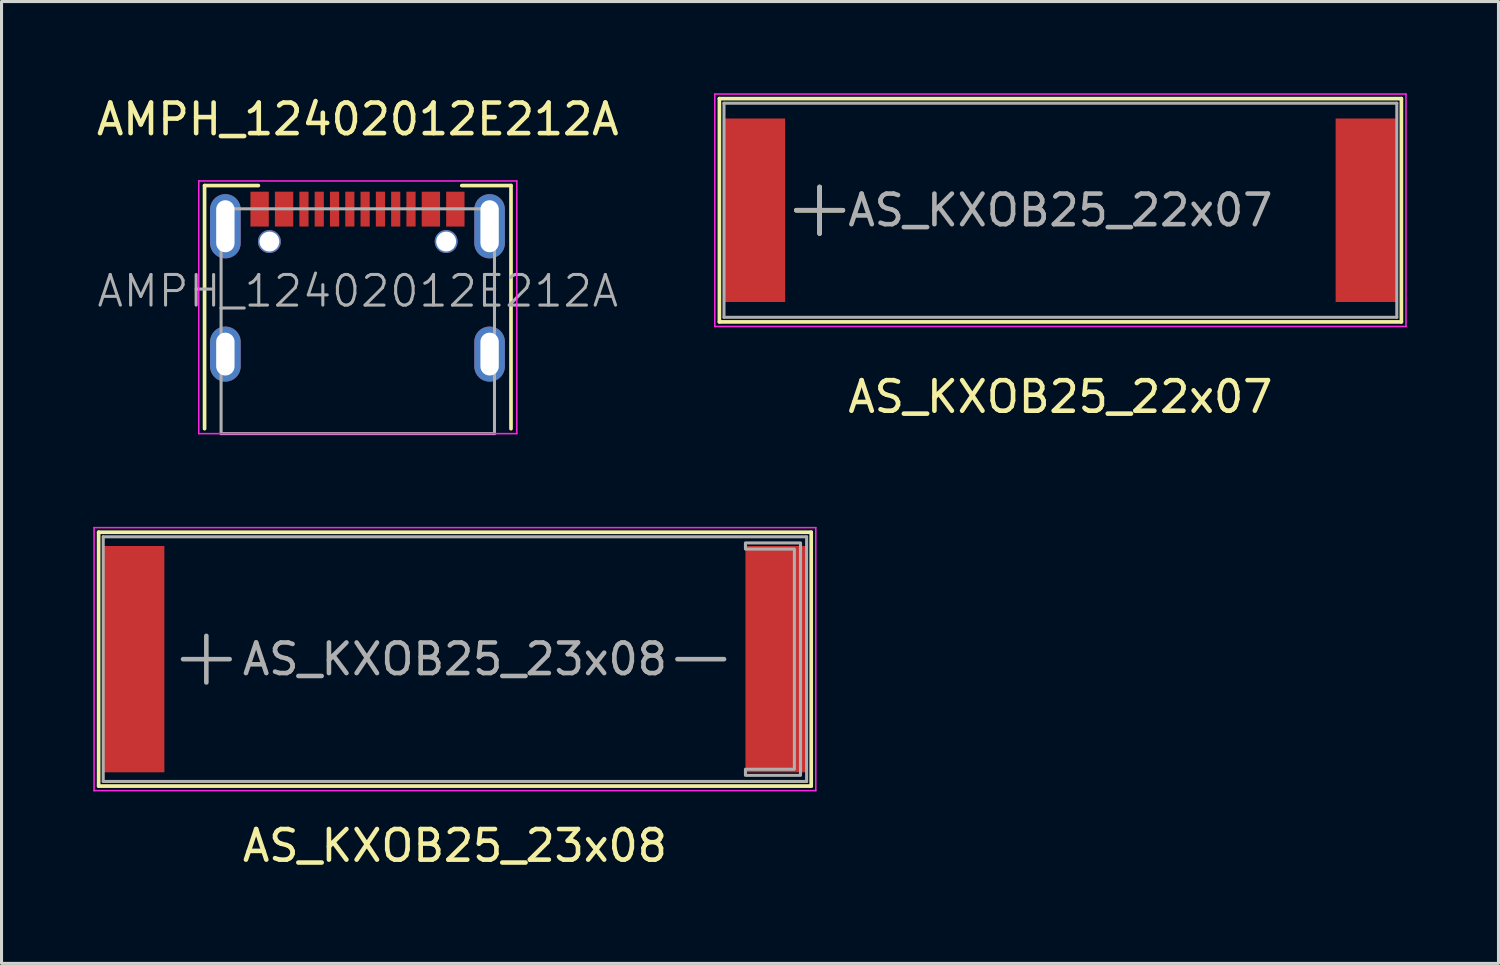
<source format=kicad_pcb>
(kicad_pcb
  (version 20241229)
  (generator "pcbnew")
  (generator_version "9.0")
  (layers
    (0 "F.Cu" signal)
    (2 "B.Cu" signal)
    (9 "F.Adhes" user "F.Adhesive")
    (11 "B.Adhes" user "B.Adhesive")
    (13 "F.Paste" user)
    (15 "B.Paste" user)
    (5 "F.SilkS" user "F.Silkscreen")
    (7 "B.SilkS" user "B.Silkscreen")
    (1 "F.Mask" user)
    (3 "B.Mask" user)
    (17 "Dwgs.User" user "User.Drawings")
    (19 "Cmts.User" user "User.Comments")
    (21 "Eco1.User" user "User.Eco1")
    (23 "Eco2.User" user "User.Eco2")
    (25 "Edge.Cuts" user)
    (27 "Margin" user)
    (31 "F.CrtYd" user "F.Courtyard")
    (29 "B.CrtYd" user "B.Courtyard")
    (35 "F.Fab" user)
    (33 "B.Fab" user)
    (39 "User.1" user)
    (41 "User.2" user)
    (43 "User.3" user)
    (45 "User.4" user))
  (footprint "AMPH_12402012E212A"
    (layer "F.Cu")
    (at 8.679 7.458)
    (property "Reference" "AMPH_12402012E212A" (at -0.03 -6.61 0) (layer "F.SilkS") (effects (font (size 1 1) (thickness 0.15))))
    (attr smd)
    (fp_line (start -5.04 -4.44) (end -5.04 3.51) (stroke (width 0.12) (type solid)) (layer "F.SilkS"))
    (fp_line (start -5.04 -4.44) (end -3.28 -4.44) (stroke (width 0.12) (type solid)) (layer "F.SilkS"))
    (fp_line (start 3.37 -4.44) (end 4.98 -4.44) (stroke (width 0.12) (type solid)) (layer "F.SilkS"))
    (fp_line (start 4.98 -4.44) (end 4.98 3.51) (stroke (width 0.12) (type solid)) (layer "F.SilkS"))
    (fp_line (start -5.23 -4.59) (end 5.17 -4.59) (stroke (width 0.05) (type solid)) (layer "F.CrtYd"))
    (fp_line (start -5.23 3.67) (end -5.23 -4.59) (stroke (width 0.05) (type solid)) (layer "F.CrtYd"))
    (fp_line (start 5.17 -4.59) (end 5.17 3.67) (stroke (width 0.05) (type solid)) (layer "F.CrtYd"))
    (fp_line (start 5.17 3.67) (end -5.23 3.67) (stroke (width 0.05) (type solid)) (layer "F.CrtYd"))
    (fp_line (start -4.5 -3.68) (end 4.44 -3.68) (stroke (width 0.1) (type solid)) (layer "F.Fab"))
    (fp_line (start -4.5 3.67) (end -4.5 -3.68) (stroke (width 0.1) (type solid)) (layer "F.Fab"))
    (fp_line (start -4.5 3.67) (end 4.44 3.67) (stroke (width 0.1) (type solid)) (layer "F.Fab"))
    (fp_line (start 4.44 3.67) (end 4.44 -3.68) (stroke (width 0.1) (type solid)) (layer "F.Fab"))
    (fp_text user "${REFERENCE}" (at -0.03 -0.99 0) (layer "F.Fab") (effects (font (size 1 1) (thickness 0.1))))
    (pad "" np_thru_hole circle (at -2.92 -2.61) (size 0.75 0.75) (drill 0.65) (layers "*.Cu" "*.Mask"))
    (pad "" np_thru_hole circle (at 2.86 -2.61) (size 0.75 0.75) (drill 0.65) (layers "*.Cu" "*.Mask"))
    (pad "A1/B12" smd rect (at -3.24 -3.67) (size 0.6 1.14) (layers "F.Cu" "F.Mask" "F.Paste"))
    (pad "A4/B9" smd rect (at -2.44 -3.67) (size 0.6 1.14) (layers "F.Cu" "F.Mask" "F.Paste"))
    (pad "A5" smd rect (at -1.29 -3.67) (size 0.3 1.14) (layers "F.Cu" "F.Mask" "F.Paste"))
    (pad "A6" smd rect (at -0.29 -3.67) (size 0.3 1.14) (layers "F.Cu" "F.Mask" "F.Paste"))
    (pad "A7" smd rect (at 0.21 -3.67) (size 0.3 1.14) (layers "F.Cu" "F.Mask" "F.Paste"))
    (pad "A8" smd rect (at 1.21 -3.67) (size 0.3 1.14) (layers "F.Cu" "F.Mask" "F.Paste"))
    (pad "B1/A12" smd rect (at 3.16 -3.67) (size 0.6 1.14) (layers "F.Cu" "F.Mask" "F.Paste"))
    (pad "B4/A9" smd rect (at 2.36 -3.67) (size 0.6 1.14) (layers "F.Cu" "F.Mask" "F.Paste"))
    (pad "B5" smd rect (at 1.71 -3.67) (size 0.3 1.14) (layers "F.Cu" "F.Mask" "F.Paste"))
    (pad "B6" smd rect (at 0.71 -3.67) (size 0.3 1.14) (layers "F.Cu" "F.Mask" "F.Paste"))
    (pad "B7" smd rect (at -0.79 -3.67) (size 0.3 1.14) (layers "F.Cu" "F.Mask" "F.Paste"))
    (pad "B8" smd rect (at -1.79 -3.67) (size 0.3 1.14) (layers "F.Cu" "F.Mask" "F.Paste"))
    (pad "S1" thru_hole oval (at -4.36 -3.11) (size 1 2.1) (drill oval 0.6 1.7) (layers "*.Cu" "*.Mask"))
    (pad "S1" thru_hole oval (at -4.36 1.07) (size 1 1.8) (drill oval 0.6 1.4) (layers "*.Cu" "*.Mask"))
    (pad "S1" thru_hole oval (at 4.28 -3.11) (size 1 2.1) (drill oval 0.6 1.7) (layers "*.Cu" "*.Mask"))
    (pad "S1" thru_hole oval (at 4.28 1.07) (size 1 1.8) (drill oval 0.6 1.4) (layers "*.Cu" "*.Mask")))
  (footprint "AS_KXOB25_23x08"
    (layer "F.Cu")
    (at 11.825 18.503)
    (property "Reference" "AS_KXOB25_23x08" (at 0 6.1 0) (unlocked yes) (layer "F.SilkS") (effects (font (size 1 1) (thickness 0.15))))
    (attr smd)
    (fp_line (start -11.65 -4.15) (end -11.65 4.15) (stroke (width 0.12) (type solid)) (layer "F.SilkS"))
    (fp_line (start -11.65 4.15) (end 11.65 4.15) (stroke (width 0.12) (type solid)) (layer "F.SilkS"))
    (fp_line (start 11.65 -4.15) (end -11.65 -4.15) (stroke (width 0.12) (type solid)) (layer "F.SilkS"))
    (fp_line (start 11.65 4.15) (end 11.65 -4.15) (stroke (width 0.12) (type solid)) (layer "F.SilkS"))
    (fp_poly (pts (xy -9.8 -0.6) (xy -11.2 -0.6) (xy -11.2 -3.1) (xy -9.8 -3.1)) (stroke (width 0.12) (type solid)) (fill yes) (layer "F.Paste"))
    (fp_poly (pts (xy -9.8 3.1) (xy -11.2 3.1) (xy -11.2 0.6) (xy -9.8 0.6)) (stroke (width 0.12) (type solid)) (fill yes) (layer "F.Paste"))
    (fp_poly (pts (xy 11.2 -0.6) (xy 9.8 -0.6) (xy 9.8 -3.1) (xy 11.2 -3.1)) (stroke (width 0.12) (type solid)) (fill yes) (layer "F.Paste"))
    (fp_poly (pts (xy 11.2 3.1) (xy 9.8 3.1) (xy 9.8 0.6) (xy 11.2 0.6)) (stroke (width 0.12) (type solid)) (fill yes) (layer "F.Paste"))
    (fp_line (start -11.8 -4.3) (end 11.8 -4.3) (stroke (width 0.05) (type solid)) (layer "F.CrtYd"))
    (fp_line (start -11.8 4.3) (end -11.8 -4.3) (stroke (width 0.05) (type solid)) (layer "F.CrtYd"))
    (fp_line (start 11.8 -4.3) (end 11.8 4.3) (stroke (width 0.05) (type solid)) (layer "F.CrtYd"))
    (fp_line (start 11.8 4.3) (end -11.8 4.3) (stroke (width 0.05) (type solid)) (layer "F.CrtYd"))
    (fp_line (start -11.5 -4) (end 11.5 -4) (stroke (width 0.1) (type solid)) (layer "F.Fab"))
    (fp_line (start -11.5 4) (end -11.5 -4) (stroke (width 0.1) (type solid)) (layer "F.Fab"))
    (fp_line (start -8.89 0) (end -7.366 0) (stroke (width 0.15) (type solid)) (layer "F.Fab"))
    (fp_line (start -8.128 -0.762) (end -8.128 0.762) (stroke (width 0.15) (type solid)) (layer "F.Fab"))
    (fp_line (start 7.276 0) (end 8.8 0) (stroke (width 0.15) (type solid)) (layer "F.Fab"))
    (fp_line (start 11.5 -4) (end 11.5 4) (stroke (width 0.1) (type solid)) (layer "F.Fab"))
    (fp_line (start 11.5 4) (end -11.5 4) (stroke (width 0.1) (type solid)) (layer "F.Fab"))
    (fp_poly (pts (xy 11.3 3.8) (xy 9.5 3.8) (xy 9.5 3.6) (xy 11.1 3.6) (xy 11.1 -3.6) (xy 9.5 -3.6) (xy 9.5 -3.8) (xy 11.3 -3.8)) (stroke (width 0.1) (type solid)) (fill no) (layer "F.Fab"))
    (fp_text user "${REFERENCE}" (at 0 0 0) (unlocked yes) (layer "F.Fab") (effects (font (size 1 1) (thickness 0.15))))
    (pad "1" smd rect (at -10.5 0 90) (size 7.4 2) (layers "F.Cu" "F.Mask"))
    (pad "2" smd rect (at 10.5 0 90) (size 7.4 2) (layers "F.Cu" "F.Mask")))
  (footprint "AS_KXOB25_22x07"
    (layer "F.Cu")
    (at 31.623 3.825)
    (property "Reference" "AS_KXOB25_22x07" (at 0 6.1 0) (unlocked yes) (layer "F.SilkS") (effects (font (size 1 1) (thickness 0.15))))
    (attr smd)
    (fp_line (start -11.15 -3.65) (end -11.15 3.65) (stroke (width 0.12) (type solid)) (layer "F.SilkS"))
    (fp_line (start -11.15 3.65) (end 11.15 3.65) (stroke (width 0.12) (type solid)) (layer "F.SilkS"))
    (fp_line (start -8.636 0) (end -7.112 0) (stroke (width 0.15) (type solid)) (layer "F.SilkS"))
    (fp_line (start -7.874 -0.762) (end -7.874 0.762) (stroke (width 0.15) (type solid)) (layer "F.SilkS"))
    (fp_line (start 11.15 -3.65) (end -11.15 -3.65) (stroke (width 0.12) (type solid)) (layer "F.SilkS"))
    (fp_line (start 11.15 3.65) (end 11.15 -3.65) (stroke (width 0.12) (type solid)) (layer "F.SilkS"))
    (fp_poly (pts (xy -9.3 -0.5) (xy -10.7 -0.5) (xy -10.7 -2.6) (xy -9.3 -2.6)) (stroke (width 0.12) (type solid)) (fill yes) (layer "F.Paste"))
    (fp_poly (pts (xy -9.3 2.5) (xy -10.7 2.5) (xy -10.7 0.4) (xy -9.3 0.4)) (stroke (width 0.12) (type solid)) (fill yes) (layer "F.Paste"))
    (fp_poly (pts (xy 10.7 -0.5) (xy 9.3 -0.5) (xy 9.3 -2.6) (xy 10.7 -2.6)) (stroke (width 0.12) (type solid)) (fill yes) (layer "F.Paste"))
    (fp_poly (pts (xy 10.7 2.5) (xy 9.3 2.5) (xy 9.3 0.4) (xy 10.7 0.4)) (stroke (width 0.12) (type solid)) (fill yes) (layer "F.Paste"))
    (fp_line (start -11.3 -3.8) (end 11.3 -3.8) (stroke (width 0.05) (type solid)) (layer "F.CrtYd"))
    (fp_line (start -11.3 3.8) (end -11.3 -3.8) (stroke (width 0.05) (type solid)) (layer "F.CrtYd"))
    (fp_line (start 11.3 -3.8) (end 11.3 3.8) (stroke (width 0.05) (type solid)) (layer "F.CrtYd"))
    (fp_line (start 11.3 3.8) (end -11.3 3.8) (stroke (width 0.05) (type solid)) (layer "F.CrtYd"))
    (fp_line (start -11 -3.5) (end 11 -3.5) (stroke (width 0.1) (type solid)) (layer "F.Fab"))
    (fp_line (start -11 3.5) (end -11 -3.5) (stroke (width 0.1) (type solid)) (layer "F.Fab"))
    (fp_line (start -8.636 0) (end -7.112 0) (stroke (width 0.15) (type solid)) (layer "F.Fab"))
    (fp_line (start -7.874 -0.762) (end -7.874 0.762) (stroke (width 0.15) (type solid)) (layer "F.Fab"))
    (fp_line (start 11 -3.5) (end 11 3.5) (stroke (width 0.1) (type solid)) (layer "F.Fab"))
    (fp_line (start 11 3.5) (end -11 3.5) (stroke (width 0.1) (type solid)) (layer "F.Fab"))
    (fp_text user "${REFERENCE}" (at 0 0 0) (unlocked yes) (layer "F.Fab") (effects (font (size 1 1) (thickness 0.15))))
    (pad "1" smd rect (at -10 0 90) (size 6 2) (layers "F.Cu" "F.Mask"))
    (pad "2" smd rect (at 10 0 90) (size 6 2) (layers "F.Cu" "F.Mask")))
  (gr_rect
    (start -3 -3)
    (end 45.948 28.451)
    (stroke (width 0.1) (type default))
    (fill no)
    (layer "Edge.Cuts")))
</source>
